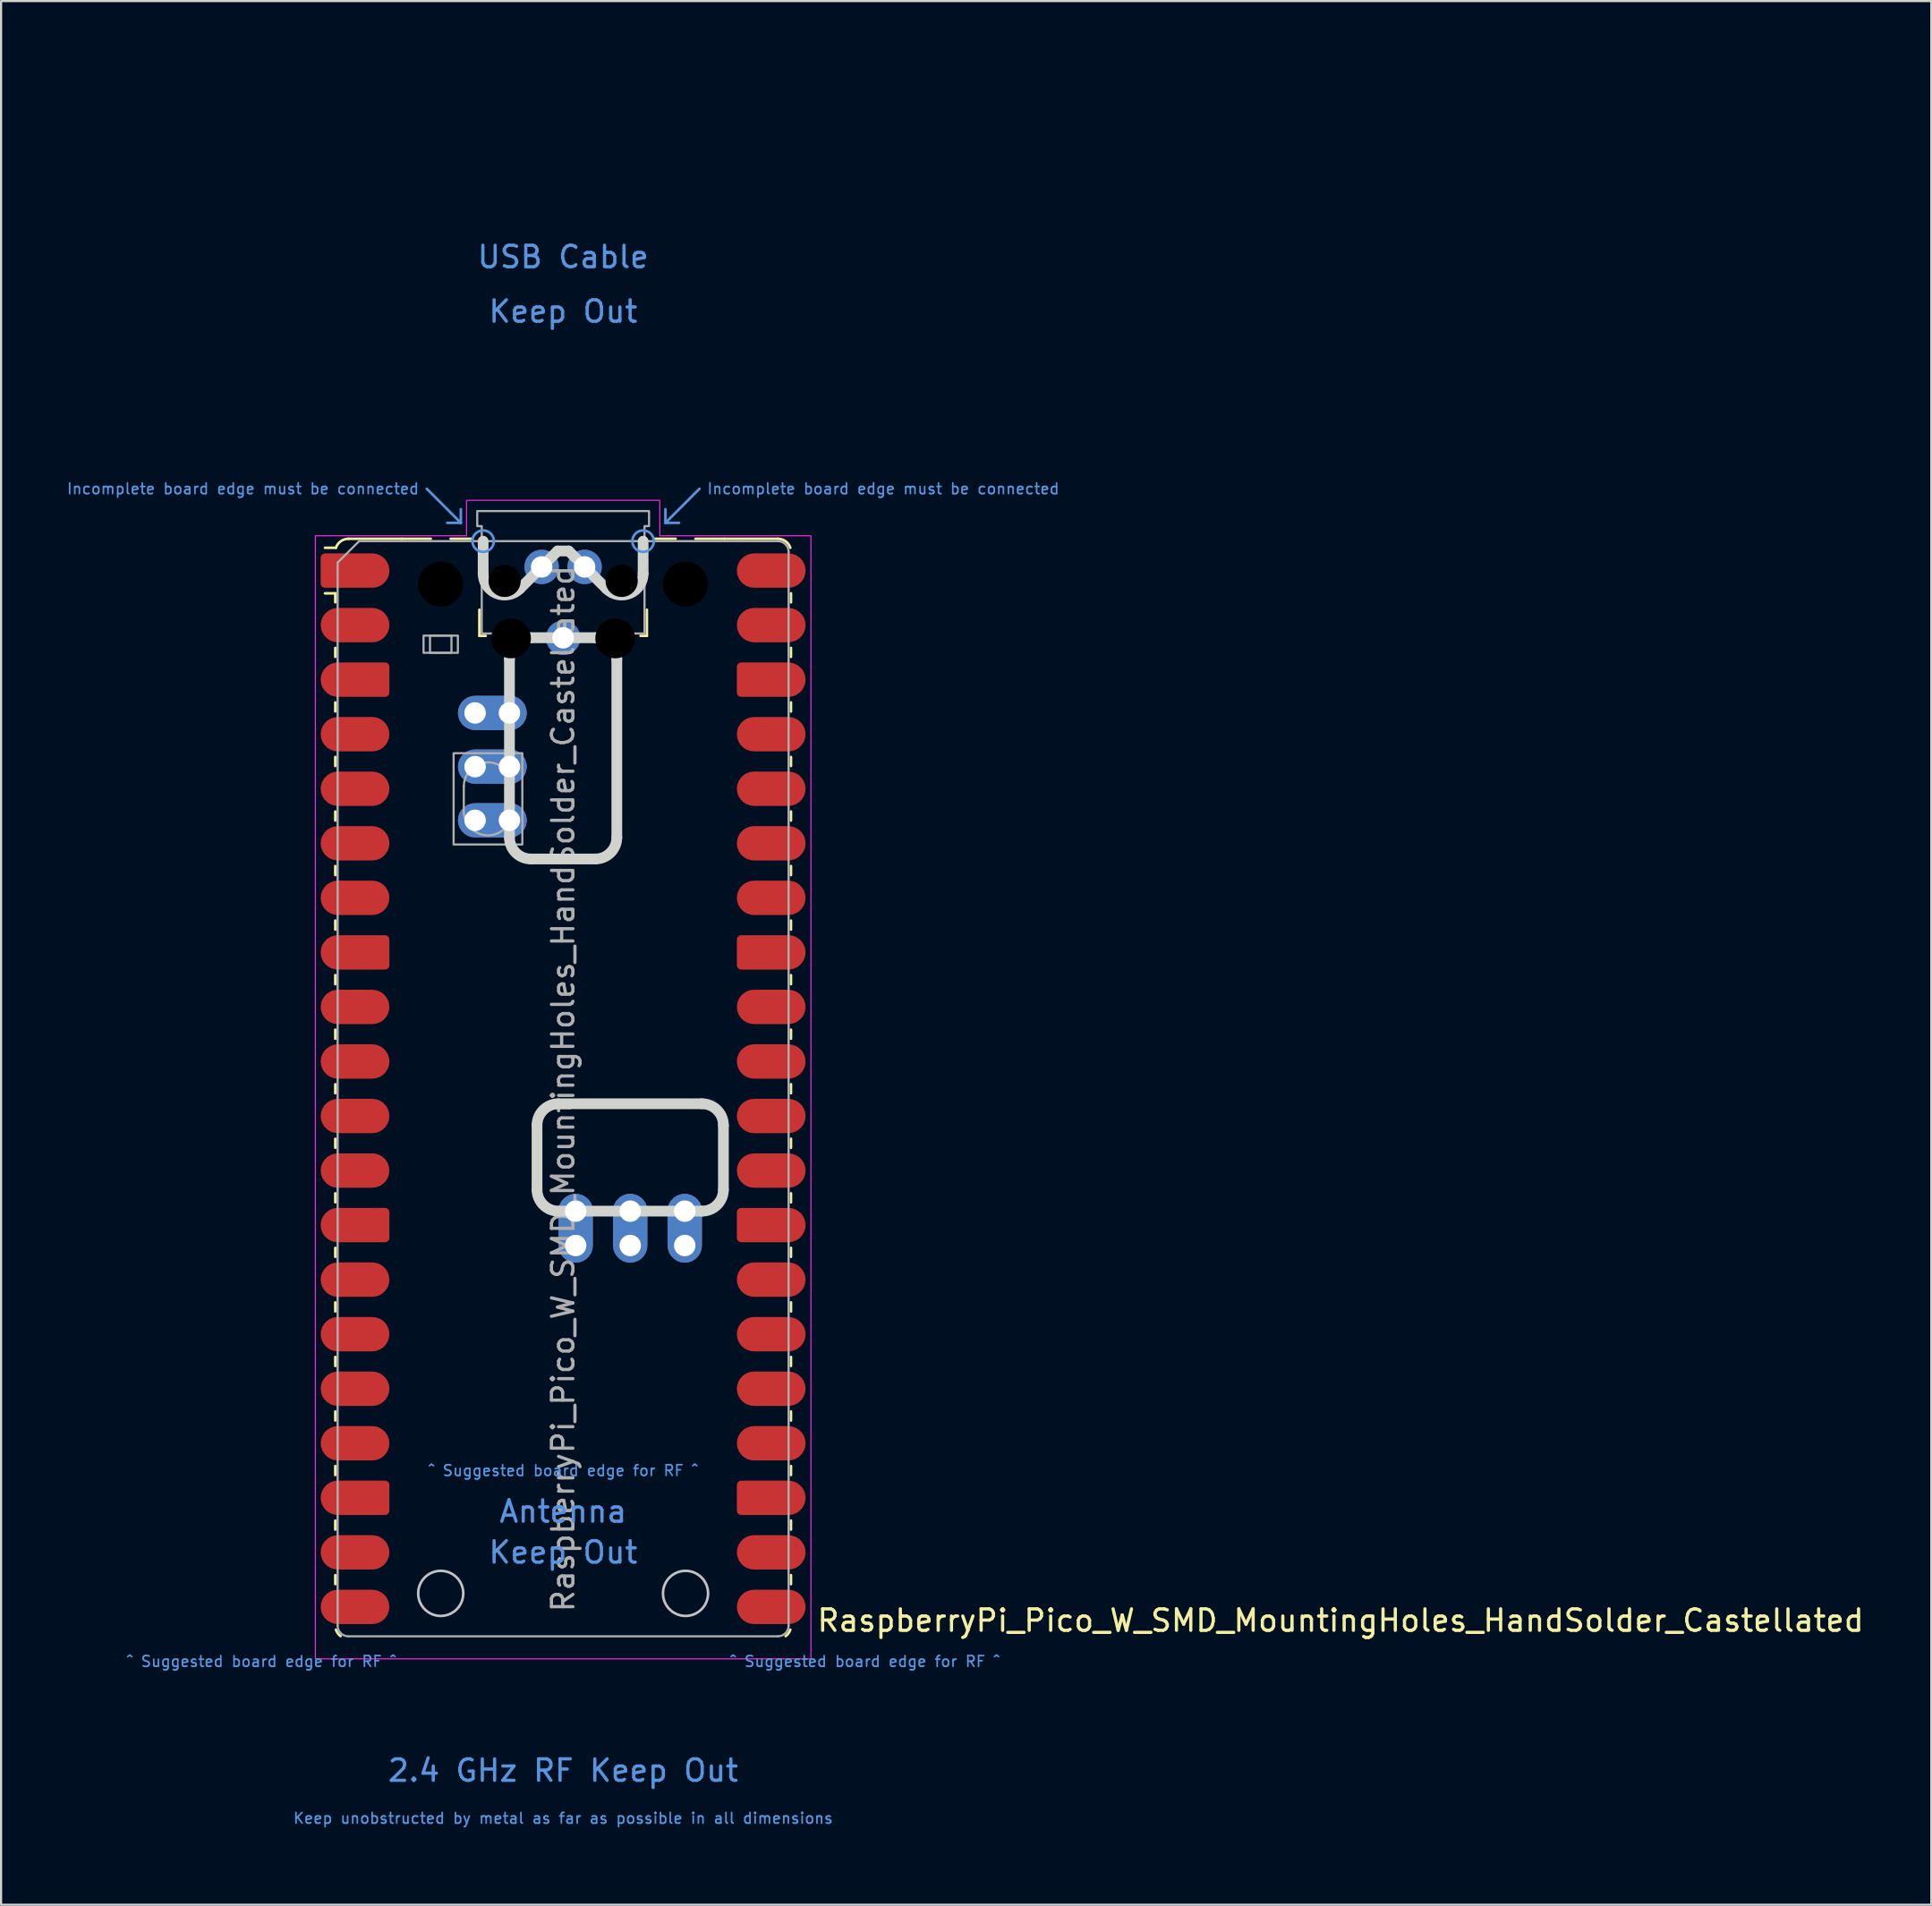
<source format=kicad_pcb>
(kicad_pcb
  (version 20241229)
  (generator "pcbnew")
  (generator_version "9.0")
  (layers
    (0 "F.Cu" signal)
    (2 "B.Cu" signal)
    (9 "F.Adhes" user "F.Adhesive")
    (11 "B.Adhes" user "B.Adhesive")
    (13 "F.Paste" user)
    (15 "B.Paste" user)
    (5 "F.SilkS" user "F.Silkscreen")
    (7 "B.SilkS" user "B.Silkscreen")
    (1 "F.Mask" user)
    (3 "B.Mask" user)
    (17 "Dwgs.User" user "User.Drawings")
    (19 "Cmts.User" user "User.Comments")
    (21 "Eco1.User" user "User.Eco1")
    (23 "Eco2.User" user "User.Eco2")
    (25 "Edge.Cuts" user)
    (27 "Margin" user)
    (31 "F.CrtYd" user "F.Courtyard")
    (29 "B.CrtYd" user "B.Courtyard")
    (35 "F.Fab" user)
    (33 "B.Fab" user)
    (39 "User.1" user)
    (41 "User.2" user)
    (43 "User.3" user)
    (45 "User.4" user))
  (footprint "RaspberryPi_Pico_W_SMD_MountingHoles_HandSolder_Castellated"
    (layer "F.Cu")
    (at 23.173 47.65)
    (property "Reference" "RaspberryPi_Pico_W_SMD_MountingHoles_HandSolder_Castellated" (at 11.748 24.765 0) (unlocked yes) (layer "F.SilkS") (effects (font (size 1 1) (thickness 0.15)) (justify left)))
    (attr smd)
    (fp_line (start -10.61 -23.07) (end -11.09 -23.07) (stroke (width 0.12) (type solid)) (layer "F.SilkS"))
    (fp_line (start -10.61 -23.07) (end -10.61 -22.65) (stroke (width 0.12) (type solid)) (layer "F.SilkS"))
    (fp_line (start -10.61 -20.53) (end -10.61 -20.11) (stroke (width 0.12) (type solid)) (layer "F.SilkS"))
    (fp_line (start -10.61 -17.99) (end -10.61 -17.57) (stroke (width 0.12) (type solid)) (layer "F.SilkS"))
    (fp_line (start -10.61 -15.45) (end -10.61 -15.03) (stroke (width 0.12) (type solid)) (layer "F.SilkS"))
    (fp_line (start -10.61 -12.91) (end -10.61 -12.49) (stroke (width 0.12) (type solid)) (layer "F.SilkS"))
    (fp_line (start -10.61 -10.37) (end -10.61 -9.95) (stroke (width 0.12) (type solid)) (layer "F.SilkS"))
    (fp_line (start -10.61 -7.83) (end -10.61 -7.41) (stroke (width 0.12) (type solid)) (layer "F.SilkS"))
    (fp_line (start -10.61 -5.29) (end -10.61 -4.87) (stroke (width 0.12) (type solid)) (layer "F.SilkS"))
    (fp_line (start -10.61 -2.75) (end -10.61 -2.33) (stroke (width 0.12) (type solid)) (layer "F.SilkS"))
    (fp_line (start -10.61 -0.21) (end -10.61 0.21) (stroke (width 0.12) (type solid)) (layer "F.SilkS"))
    (fp_line (start -10.61 2.33) (end -10.61 2.75) (stroke (width 0.12) (type solid)) (layer "F.SilkS"))
    (fp_line (start -10.61 4.87) (end -10.61 5.29) (stroke (width 0.12) (type solid)) (layer "F.SilkS"))
    (fp_line (start -10.61 7.41) (end -10.61 7.83) (stroke (width 0.12) (type solid)) (layer "F.SilkS"))
    (fp_line (start -10.61 9.95) (end -10.61 10.37) (stroke (width 0.12) (type solid)) (layer "F.SilkS"))
    (fp_line (start -10.61 12.49) (end -10.61 12.91) (stroke (width 0.12) (type solid)) (layer "F.SilkS"))
    (fp_line (start -10.61 15.03) (end -10.61 15.45) (stroke (width 0.12) (type solid)) (layer "F.SilkS"))
    (fp_line (start -10.61 17.57) (end -10.61 17.99) (stroke (width 0.12) (type solid)) (layer "F.SilkS"))
    (fp_line (start -10.61 20.11) (end -10.61 20.53) (stroke (width 0.12) (type solid)) (layer "F.SilkS"))
    (fp_line (start -10.61 22.65) (end -10.61 23.07) (stroke (width 0.12) (type solid)) (layer "F.SilkS"))
    (fp_line (start -10.58 -25.19) (end -11.09 -25.19) (stroke (width 0.12) (type solid)) (layer "F.SilkS"))
    (fp_line (start -10 -25.61) (end -7.51 -25.61) (stroke (width 0.12) (type solid)) (layer "F.SilkS"))
    (fp_line (start -7.51 -25.61) (end -6.162 -25.61) (stroke (width 0.12) (type solid)) (layer "F.SilkS"))
    (fp_line (start -5.238 -25.61) (end -4.235 -25.61) (stroke (width 0.12) (type solid)) (layer "F.SilkS"))
    (fp_line (start -3.9 -22.306) (end -3.9 -21.09) (stroke (width 0.12) (type solid)) (layer "F.SilkS"))
    (fp_line (start -3.9 -21.09) (end -3.604 -21.09) (stroke (width 0.12) (type solid)) (layer "F.SilkS"))
    (fp_line (start 3.604 -21.09) (end 3.9 -21.09) (stroke (width 0.12) (type solid)) (layer "F.SilkS"))
    (fp_line (start 3.9 -22.306) (end 3.9 -21.09) (stroke (width 0.12) (type solid)) (layer "F.SilkS"))
    (fp_line (start 4.235 -25.61) (end 5.238 -25.61) (stroke (width 0.12) (type solid)) (layer "F.SilkS"))
    (fp_line (start 6.162 -25.61) (end 7.51 -25.61) (stroke (width 0.12) (type solid)) (layer "F.SilkS"))
    (fp_line (start 10 -25.61) (end 7.51 -25.61) (stroke (width 0.12) (type solid)) (layer "F.SilkS"))
    (fp_line (start 10.61 -23.07) (end 10.61 -22.65) (stroke (width 0.12) (type solid)) (layer "F.SilkS"))
    (fp_line (start 10.61 -20.53) (end 10.61 -20.11) (stroke (width 0.12) (type solid)) (layer "F.SilkS"))
    (fp_line (start 10.61 -17.99) (end 10.61 -17.57) (stroke (width 0.12) (type solid)) (layer "F.SilkS"))
    (fp_line (start 10.61 -15.45) (end 10.61 -15.03) (stroke (width 0.12) (type solid)) (layer "F.SilkS"))
    (fp_line (start 10.61 -12.91) (end 10.61 -12.49) (stroke (width 0.12) (type solid)) (layer "F.SilkS"))
    (fp_line (start 10.61 -10.37) (end 10.61 -9.95) (stroke (width 0.12) (type solid)) (layer "F.SilkS"))
    (fp_line (start 10.61 -7.83) (end 10.61 -7.41) (stroke (width 0.12) (type solid)) (layer "F.SilkS"))
    (fp_line (start 10.61 -5.29) (end 10.61 -4.87) (stroke (width 0.12) (type solid)) (layer "F.SilkS"))
    (fp_line (start 10.61 -2.75) (end 10.61 -2.33) (stroke (width 0.12) (type solid)) (layer "F.SilkS"))
    (fp_line (start 10.61 -0.21) (end 10.61 0.21) (stroke (width 0.12) (type solid)) (layer "F.SilkS"))
    (fp_line (start 10.61 2.33) (end 10.61 2.75) (stroke (width 0.12) (type solid)) (layer "F.SilkS"))
    (fp_line (start 10.61 4.87) (end 10.61 5.29) (stroke (width 0.12) (type solid)) (layer "F.SilkS"))
    (fp_line (start 10.61 7.41) (end 10.61 7.83) (stroke (width 0.12) (type solid)) (layer "F.SilkS"))
    (fp_line (start 10.61 9.95) (end 10.61 10.37) (stroke (width 0.12) (type solid)) (layer "F.SilkS"))
    (fp_line (start 10.61 12.49) (end 10.61 12.91) (stroke (width 0.12) (type solid)) (layer "F.SilkS"))
    (fp_line (start 10.61 15.03) (end 10.61 15.45) (stroke (width 0.12) (type solid)) (layer "F.SilkS"))
    (fp_line (start 10.61 17.57) (end 10.61 17.99) (stroke (width 0.12) (type solid)) (layer "F.SilkS"))
    (fp_line (start 10.61 20.11) (end 10.61 20.53) (stroke (width 0.12) (type solid)) (layer "F.SilkS"))
    (fp_line (start 10.61 22.65) (end 10.61 23.07) (stroke (width 0.12) (type solid)) (layer "F.SilkS"))
    (fp_arc (start -10.579676 -25.19) (mid -10.357938 -25.493944) (end -10 -25.61) (stroke (width 0.12) (type solid)) (layer "F.SilkS"))
    (fp_arc (start -10.363318 25.49) (mid -10.494791 25.356765) (end -10.579676 25.189937) (stroke (width 0.12) (type solid)) (layer "F.SilkS"))
    (fp_arc (start 10 -25.61) (mid 10.357937 -25.493944) (end 10.579676 -25.189937) (stroke (width 0.12) (type solid)) (layer "F.SilkS"))
    (fp_arc (start 10.579676 25.189937) (mid 10.494803 25.356773) (end 10.363318 25.49) (stroke (width 0.12) (type solid)) (layer "F.SilkS"))
    (fp_circle (center -5.7 23.5) (end -4.65 23.5) (stroke (width 0.12) (type solid)) (fill no) (layer "Dwgs.User"))
    (fp_circle (center 5.7 23.5) (end 6.75 23.5) (stroke (width 0.12) (type solid)) (fill no) (layer "Dwgs.User"))
    (fp_line (start -6.35 -27.94) (end -4.763 -26.352) (stroke (width 0.12) (type solid)) (layer "Cmts.User"))
    (fp_line (start -4.763 -26.352) (end -5.397 -26.352) (stroke (width 0.12) (type solid)) (layer "Cmts.User"))
    (fp_line (start -4.763 -26.352) (end -4.763 -26.988) (stroke (width 0.12) (type solid)) (layer "Cmts.User"))
    (fp_line (start 4.763 -26.352) (end 4.763 -26.988) (stroke (width 0.12) (type solid)) (layer "Cmts.User"))
    (fp_line (start 4.763 -26.352) (end 5.397 -26.352) (stroke (width 0.12) (type solid)) (layer "Cmts.User"))
    (fp_line (start 6.35 -27.94) (end 4.763 -26.352) (stroke (width 0.12) (type solid)) (layer "Cmts.User"))
    (fp_circle (center -3.725 -25.5) (end -3.225 -25.5) (stroke (width 0.12) (type solid)) (fill no) (layer "Cmts.User"))
    (fp_circle (center 3.725 -25.5) (end 3.225 -25.5) (stroke (width 0.12) (type solid)) (fill no) (layer "Cmts.User"))
    (fp_line (start -3.725 -23.989) (end -3.725 -25.5) (stroke (width 0.5) (type solid)) (layer "Edge.Cuts"))
    (fp_line (start -2.5 -20) (end -2.5 -11.7) (stroke (width 0.5) (type solid)) (layer "Edge.Cuts"))
    (fp_line (start -2.018 -23.282) (end -0.258 -25.042) (stroke (width 0.5) (type solid)) (layer "Edge.Cuts"))
    (fp_line (start -1.216 4.7) (end -1.216 1.7) (stroke (width 0.5) (type solid)) (layer "Edge.Cuts"))
    (fp_line (start -0.216 5.7) (end 6.464 5.7) (stroke (width 0.5) (type solid)) (layer "Edge.Cuts"))
    (fp_line (start 0.258 -25.042) (end -0.258 -25.042) (stroke (width 0.5) (type solid)) (layer "Edge.Cuts"))
    (fp_line (start 1.5 -21) (end -1.5 -21) (stroke (width 0.5) (type solid)) (layer "Edge.Cuts"))
    (fp_line (start 1.5 -10.7) (end -1.5 -10.7) (stroke (width 0.5) (type solid)) (layer "Edge.Cuts"))
    (fp_line (start 2.018 -23.282) (end 0.258 -25.042) (stroke (width 0.5) (type solid)) (layer "Edge.Cuts"))
    (fp_line (start 2.5 -11.7) (end 2.5 -20) (stroke (width 0.5) (type solid)) (layer "Edge.Cuts"))
    (fp_line (start 3.725 -23.989) (end 3.725 -25.5) (stroke (width 0.5) (type solid)) (layer "Edge.Cuts"))
    (fp_line (start 6.464 0.7) (end -0.216 0.7) (stroke (width 0.5) (type solid)) (layer "Edge.Cuts"))
    (fp_line (start 7.464 1.7) (end 7.464 4.7) (stroke (width 0.5) (type solid)) (layer "Edge.Cuts"))
    (fp_arc (start -2.5 -20) (mid -2.207118 -20.707118) (end -1.5 -21) (stroke (width 0.5) (type solid)) (layer "Edge.Cuts"))
    (fp_arc (start -2.017893 -23.282106) (mid -3.107711 -23.065266) (end -3.725 -23.989213) (stroke (width 0.5) (type solid)) (layer "Edge.Cuts"))
    (fp_arc (start -1.5 -10.7) (mid -2.20711 -10.99289) (end -2.5 -11.7) (stroke (width 0.5) (type solid)) (layer "Edge.Cuts"))
    (fp_arc (start -1.2159 1.7) (mid -0.923007 0.992893) (end -0.2159 0.7) (stroke (width 0.5) (type solid)) (layer "Edge.Cuts"))
    (fp_arc (start -0.2159 5.7) (mid -0.923007 5.407107) (end -1.2159 4.7) (stroke (width 0.5) (type solid)) (layer "Edge.Cuts"))
    (fp_arc (start 1.5 -21) (mid 2.207107 -20.707107) (end 2.5 -20) (stroke (width 0.5) (type solid)) (layer "Edge.Cuts"))
    (fp_arc (start 2.5 -11.7) (mid 2.207095 -10.992905) (end 1.5 -10.7) (stroke (width 0.5) (type solid)) (layer "Edge.Cuts"))
    (fp_arc (start 3.725 -23.989213) (mid 3.107698 -23.06529) (end 2.017893 -23.282106) (stroke (width 0.5) (type solid)) (layer "Edge.Cuts"))
    (fp_arc (start 6.4641 0.7) (mid 7.171207 0.992893) (end 7.4641 1.7) (stroke (width 0.5) (type solid)) (layer "Edge.Cuts"))
    (fp_arc (start 7.4641 4.7) (mid 7.171207 5.407107) (end 6.4641 5.7) (stroke (width 0.5) (type solid)) (layer "Edge.Cuts"))
    (fp_poly (pts (xy -4.5 -27.4) (xy 4.5 -27.4) (xy 4.5 -25.75) (xy 11.54 -25.75) (xy 11.54 26.55) (xy -11.54 26.55) (xy -11.54 -25.75) (xy -4.5 -25.75)) (stroke (width 0.05) (type solid)) (fill no) (layer "F.CrtYd"))
    (fp_line (start -10.5 -24.5) (end -9.5 -25.5) (stroke (width 0.1) (type solid)) (layer "F.Fab"))
    (fp_line (start -10.5 25) (end -10.5 -24.5) (stroke (width 0.1) (type solid)) (layer "F.Fab"))
    (fp_line (start -9.5 -25.5) (end 10 -25.5) (stroke (width 0.1) (type solid)) (layer "F.Fab"))
    (fp_line (start -4.625 -14.075) (end -4.625 -12.925) (stroke (width 0.1) (type solid)) (layer "F.Fab"))
    (fp_line (start -2.375 -14.075) (end -2.375 -12.925) (stroke (width 0.1) (type solid)) (layer "F.Fab"))
    (fp_line (start 10 25.5) (end -10 25.5) (stroke (width 0.1) (type solid)) (layer "F.Fab"))
    (fp_line (start 10.5 -25) (end 10.5 25) (stroke (width 0.1) (type solid)) (layer "F.Fab"))
    (fp_rect (start -6.5 -21.1) (end -4.9 -20.3) (stroke (width 0.1) (type solid)) (fill no) (layer "F.Fab"))
    (fp_rect (start -6.2 -21.1) (end -5.2 -20.3) (stroke (width 0.1) (type solid)) (fill no) (layer "F.Fab"))
    (fp_rect (start -5.1 -15.625) (end -1.9 -11.375) (stroke (width 0.1) (type solid)) (fill no) (layer "F.Fab"))
    (fp_arc (start -10 25.5) (mid -10.353553 25.353553) (end -10.5 25) (stroke (width 0.1) (type solid)) (layer "F.Fab"))
    (fp_arc (start -4.625 -14.075) (mid -3.5 -15.2) (end -2.375 -14.075) (stroke (width 0.1) (type solid)) (layer "F.Fab"))
    (fp_arc (start -2.375 -12.925) (mid -3.5 -11.8) (end -4.625 -12.925) (stroke (width 0.1) (type solid)) (layer "F.Fab"))
    (fp_arc (start 10 -25.5) (mid 10.353553 -25.353553) (end 10.5 -25) (stroke (width 0.1) (type solid)) (layer "F.Fab"))
    (fp_arc (start 10.5 25) (mid 10.353553 25.353553) (end 10 25.5) (stroke (width 0.1) (type solid)) (layer "F.Fab"))
    (fp_poly (pts (xy 3.79 -21.2) (xy 3.79 -26.2) (xy 4 -26.2) (xy 4 -26.9) (xy -4 -26.9) (xy -4 -26.2) (xy -3.79 -26.2) (xy -3.79 -21.2)) (stroke (width 0.1) (type solid)) (fill no) (layer "F.Fab"))
    (fp_text user "Keep unobstructed by metal as far as possible in all dimensions" (at 0 33.972 0) (unlocked yes) (layer "Cmts.User") (effects (font (size 0.5 0.5) (thickness 0.075))))
    (fp_text user "2.4 GHz RF Keep Out" (at 0 31.75 0) (unlocked yes) (layer "Cmts.User") (effects (font (size 1 1) (thickness 0.15))))
    (fp_text user "Keep Out" (at 0 -36.195 0) (unlocked yes) (layer "Cmts.User") (effects (font (size 1 1) (thickness 0.15))))
    (fp_text user "Antenna" (at 0 19.685 0) (unlocked yes) (layer "Cmts.User") (effects (font (size 1 1) (thickness 0.15))))
    (fp_text user "^ Suggested board edge for RF ^" (at 14.05 26.67 0) (unlocked yes) (layer "Cmts.User") (effects (font (size 0.5 0.5) (thickness 0.075))))
    (fp_text user "USB Cable" (at 0 -38.735 0) (unlocked yes) (layer "Cmts.User") (effects (font (size 1 1) (thickness 0.15))))
    (fp_text user "^ Suggested board edge for RF ^" (at -14.05 26.67 0) (unlocked yes) (layer "Cmts.User") (effects (font (size 0.5 0.5) (thickness 0.075))))
    (fp_text user "Incomplete board edge must be connected" (at -6.668 -27.94 0) (unlocked yes) (layer "Cmts.User") (effects (font (size 0.5 0.5) (thickness 0.075)) (justify right)))
    (fp_text user "^ Suggested board edge for RF ^" (at 0 17.78 0) (unlocked yes) (layer "Cmts.User") (effects (font (size 0.5 0.5) (thickness 0.075))))
    (fp_text user "Incomplete board edge must be connected" (at 6.668 -27.94 0) (unlocked yes) (layer "Cmts.User") (effects (font (size 0.5 0.5) (thickness 0.075)) (justify left)))
    (fp_text user "Keep Out" (at 0 21.59 0) (unlocked yes) (layer "Cmts.User") (effects (font (size 1 1) (thickness 0.15))))
    (fp_text user "${REFERENCE}" (at 0 0 90) (layer "F.Fab") (effects (font (size 1 1) (thickness 0.15))))
    (pad "" np_thru_hole circle (at -5.7 -23.5) (size 3.8 3.8) (drill 2.1) (layers "*.Mask"))
    (pad "" np_thru_hole circle (at -2.725 -23.65) (size 1.5 1.5) (drill 1.5) (layers "*.Mask"))
    (pad "" np_thru_hole circle (at -2.425 -20.97) (size 1.85 1.85) (drill 1.85) (layers "*.Mask"))
    (pad "" np_thru_hole circle (at 2.425 -20.97) (size 1.85 1.85) (drill 1.85) (layers "*.Mask"))
    (pad "" np_thru_hole circle (at 2.725 -23.65) (size 1.5 1.5) (drill 1.5) (layers "*.Mask"))
    (pad "" np_thru_hole circle (at 5.7 -23.5) (size 3.8 3.8) (drill 2.1) (layers "*.Mask"))
    (pad "1" smd custom (at -8.89 -24.13) (size 1.6 1.6) (layers "F.Cu" "F.Mask" "F.Paste") (options (anchor circle)) (primitives (gr_poly (pts (xy -2.4 0.6) (xy -2.4 -0.6) (xy -2.2 -0.8) (xy 0 -0.8) (xy 0 0.8) (xy -2.2 0.8)) (width 0) (fill yes)) (gr_circle (center -2.2 0.6) (end -2 0.6) (width 0) (fill yes)) (gr_circle (center -2.2 -0.6) (end -2 -0.6) (width 0) (fill yes))))
    (pad "2" smd roundrect (at -8.89 -21.59) (size 3.2 1.6) (drill (offset -0.8 0)) (layers "F.Cu" "F.Mask" "F.Paste") (roundrect_rratio 0.5))
    (pad "3" smd custom (at -8.89 -19.05) (size 1.6 1.6) (layers "F.Cu" "F.Mask" "F.Paste") (options (anchor circle)) (primitives (gr_poly (pts (xy 0.8 -0.6) (xy 0.8 0.6) (xy 0.6 0.8) (xy -1.6 0.8) (xy -1.6 -0.8) (xy 0.6 -0.8)) (width 0) (fill yes)) (gr_circle (center 0.6 0.6) (end 0.8 0.6) (width 0) (fill yes)) (gr_circle (center 0.6 -0.6) (end 0.8 -0.6) (width 0) (fill yes)) (gr_circle (center -1.6 0) (end -0.8 0) (width 0) (fill yes))))
    (pad "4" smd roundrect (at -8.89 -16.51) (size 3.2 1.6) (drill (offset -0.8 0)) (layers "F.Cu" "F.Mask" "F.Paste") (roundrect_rratio 0.5))
    (pad "5" smd roundrect (at -8.89 -13.97) (size 3.2 1.6) (drill (offset -0.8 0)) (layers "F.Cu" "F.Mask" "F.Paste") (roundrect_rratio 0.5))
    (pad "6" smd roundrect (at -8.89 -11.43) (size 3.2 1.6) (drill (offset -0.8 0)) (layers "F.Cu" "F.Mask" "F.Paste") (roundrect_rratio 0.5))
    (pad "7" smd roundrect (at -8.89 -8.89) (size 3.2 1.6) (drill (offset -0.8 0)) (layers "F.Cu" "F.Mask" "F.Paste") (roundrect_rratio 0.5))
    (pad "8" smd custom (at -8.89 -6.35) (size 1.6 1.6) (layers "F.Cu" "F.Mask" "F.Paste") (options (anchor circle)) (primitives (gr_poly (pts (xy 0.8 -0.6) (xy 0.8 0.6) (xy 0.6 0.8) (xy -1.6 0.8) (xy -1.6 -0.8) (xy 0.6 -0.8)) (width 0) (fill yes)) (gr_circle (center 0.6 0.6) (end 0.8 0.6) (width 0) (fill yes)) (gr_circle (center 0.6 -0.6) (end 0.8 -0.6) (width 0) (fill yes)) (gr_circle (center -1.6 0) (end -0.8 0) (width 0) (fill yes))))
    (pad "9" smd roundrect (at -8.89 -3.81) (size 3.2 1.6) (drill (offset -0.8 0)) (layers "F.Cu" "F.Mask" "F.Paste") (roundrect_rratio 0.5))
    (pad "10" smd roundrect (at -8.89 -1.27) (size 3.2 1.6) (drill (offset -0.8 0)) (layers "F.Cu" "F.Mask" "F.Paste") (roundrect_rratio 0.5))
    (pad "11" smd roundrect (at -8.89 1.27) (size 3.2 1.6) (drill (offset -0.8 0)) (layers "F.Cu" "F.Mask" "F.Paste") (roundrect_rratio 0.5))
    (pad "12" smd roundrect (at -8.89 3.81) (size 3.2 1.6) (drill (offset -0.8 0)) (layers "F.Cu" "F.Mask" "F.Paste") (roundrect_rratio 0.5))
    (pad "13" smd custom (at -8.89 6.35) (size 1.6 1.6) (layers "F.Cu" "F.Mask" "F.Paste") (options (anchor circle)) (primitives (gr_poly (pts (xy 0.8 -0.6) (xy 0.8 0.6) (xy 0.6 0.8) (xy -1.6 0.8) (xy -1.6 -0.8) (xy 0.6 -0.8)) (width 0) (fill yes)) (gr_circle (center 0.6 0.6) (end 0.8 0.6) (width 0) (fill yes)) (gr_circle (center 0.6 -0.6) (end 0.8 -0.6) (width 0) (fill yes)) (gr_circle (center -1.6 0) (end -0.8 0) (width 0) (fill yes))))
    (pad "14" smd roundrect (at -8.89 8.89) (size 3.2 1.6) (drill (offset -0.8 0)) (layers "F.Cu" "F.Mask" "F.Paste") (roundrect_rratio 0.5))
    (pad "15" smd roundrect (at -8.89 11.43) (size 3.2 1.6) (drill (offset -0.8 0)) (layers "F.Cu" "F.Mask" "F.Paste") (roundrect_rratio 0.5))
    (pad "16" smd roundrect (at -8.89 13.97) (size 3.2 1.6) (drill (offset -0.8 0)) (layers "F.Cu" "F.Mask" "F.Paste") (roundrect_rratio 0.5))
    (pad "17" smd roundrect (at -8.89 16.51) (size 3.2 1.6) (drill (offset -0.8 0)) (layers "F.Cu" "F.Mask" "F.Paste") (roundrect_rratio 0.5))
    (pad "18" smd custom (at -8.89 19.05) (size 1.6 1.6) (layers "F.Cu" "F.Mask" "F.Paste") (options (anchor circle)) (primitives (gr_poly (pts (xy 0.8 -0.6) (xy 0.8 0.6) (xy 0.6 0.8) (xy -1.6 0.8) (xy -1.6 -0.8) (xy 0.6 -0.8)) (width 0) (fill yes)) (gr_circle (center 0.6 0.6) (end 0.8 0.6) (width 0) (fill yes)) (gr_circle (center 0.6 -0.6) (end 0.8 -0.6) (width 0) (fill yes)) (gr_circle (center -1.6 0) (end -0.8 0) (width 0) (fill yes))))
    (pad "19" smd roundrect (at -8.89 21.59) (size 3.2 1.6) (drill (offset -0.8 0)) (layers "F.Cu" "F.Mask" "F.Paste") (roundrect_rratio 0.5))
    (pad "20" smd roundrect (at -8.89 24.13) (size 3.2 1.6) (drill (offset -0.8 0)) (layers "F.Cu" "F.Mask" "F.Paste") (roundrect_rratio 0.5))
    (pad "21" smd roundrect (at 8.89 24.13) (size 3.2 1.6) (drill (offset 0.8 0)) (layers "F.Cu" "F.Mask" "F.Paste") (roundrect_rratio 0.5))
    (pad "22" smd roundrect (at 8.89 21.59) (size 3.2 1.6) (drill (offset 0.8 0)) (layers "F.Cu" "F.Mask" "F.Paste") (roundrect_rratio 0.5))
    (pad "23" smd custom (at 8.89 19.05) (size 1.6 1.6) (layers "F.Cu" "F.Mask" "F.Paste") (options (anchor circle)) (primitives (gr_poly (pts (xy -0.8 -0.6) (xy -0.8 0.6) (xy -0.6 0.8) (xy 1.6 0.8) (xy 1.6 -0.8) (xy -0.6 -0.8)) (width 0) (fill yes)) (gr_circle (center -0.6 0.6) (end -0.4 0.6) (width 0) (fill yes)) (gr_circle (center -0.6 -0.6) (end -0.4 -0.6) (width 0) (fill yes)) (gr_circle (center 1.6 0) (end 2.4 0) (width 0) (fill yes))))
    (pad "24" smd roundrect (at 8.89 16.51) (size 3.2 1.6) (drill (offset 0.8 0)) (layers "F.Cu" "F.Mask" "F.Paste") (roundrect_rratio 0.5))
    (pad "25" smd roundrect (at 8.89 13.97) (size 3.2 1.6) (drill (offset 0.8 0)) (layers "F.Cu" "F.Mask" "F.Paste") (roundrect_rratio 0.5))
    (pad "26" smd roundrect (at 8.89 11.43) (size 3.2 1.6) (drill (offset 0.8 0)) (layers "F.Cu" "F.Mask" "F.Paste") (roundrect_rratio 0.5))
    (pad "27" smd roundrect (at 8.89 8.89) (size 3.2 1.6) (drill (offset 0.8 0)) (layers "F.Cu" "F.Mask" "F.Paste") (roundrect_rratio 0.5))
    (pad "28" smd custom (at 8.89 6.35) (size 1.6 1.6) (layers "F.Cu" "F.Mask" "F.Paste") (options (anchor circle)) (primitives (gr_poly (pts (xy -0.8 -0.6) (xy -0.8 0.6) (xy -0.6 0.8) (xy 1.6 0.8) (xy 1.6 -0.8) (xy -0.6 -0.8)) (width 0) (fill yes)) (gr_circle (center -0.6 0.6) (end -0.4 0.6) (width 0) (fill yes)) (gr_circle (center -0.6 -0.6) (end -0.4 -0.6) (width 0) (fill yes)) (gr_circle (center 1.6 0) (end 2.4 0) (width 0) (fill yes))))
    (pad "29" smd roundrect (at 8.89 3.81) (size 3.2 1.6) (drill (offset 0.8 0)) (layers "F.Cu" "F.Mask" "F.Paste") (roundrect_rratio 0.5))
    (pad "30" smd roundrect (at 8.89 1.27) (size 3.2 1.6) (drill (offset 0.8 0)) (layers "F.Cu" "F.Mask" "F.Paste") (roundrect_rratio 0.5))
    (pad "31" smd roundrect (at 8.89 -1.27) (size 3.2 1.6) (drill (offset 0.8 0)) (layers "F.Cu" "F.Mask" "F.Paste") (roundrect_rratio 0.5))
    (pad "32" smd roundrect (at 8.89 -3.81) (size 3.2 1.6) (drill (offset 0.8 0)) (layers "F.Cu" "F.Mask" "F.Paste") (roundrect_rratio 0.5))
    (pad "33" smd custom (at 8.89 -6.35) (size 1.6 1.6) (layers "F.Cu" "F.Mask" "F.Paste") (options (anchor circle)) (primitives (gr_poly (pts (xy -0.8 -0.6) (xy -0.8 0.6) (xy -0.6 0.8) (xy 1.6 0.8) (xy 1.6 -0.8) (xy -0.6 -0.8)) (width 0) (fill yes)) (gr_circle (center -0.6 0.6) (end -0.4 0.6) (width 0) (fill yes)) (gr_circle (center -0.6 -0.6) (end -0.4 -0.6) (width 0) (fill yes)) (gr_circle (center 1.6 0) (end 2.4 0) (width 0) (fill yes))))
    (pad "34" smd roundrect (at 8.89 -8.89) (size 3.2 1.6) (drill (offset 0.8 0)) (layers "F.Cu" "F.Mask" "F.Paste") (roundrect_rratio 0.5))
    (pad "35" smd roundrect (at 8.89 -11.43) (size 3.2 1.6) (drill (offset 0.8 0)) (layers "F.Cu" "F.Mask" "F.Paste") (roundrect_rratio 0.5))
    (pad "36" smd roundrect (at 8.89 -13.97) (size 3.2 1.6) (drill (offset 0.8 0)) (layers "F.Cu" "F.Mask" "F.Paste") (roundrect_rratio 0.5))
    (pad "37" smd roundrect (at 8.89 -16.51) (size 3.2 1.6) (drill (offset 0.8 0)) (layers "F.Cu" "F.Mask" "F.Paste") (roundrect_rratio 0.5))
    (pad "38" smd custom (at 8.89 -19.05) (size 1.6 1.6) (layers "F.Cu" "F.Mask" "F.Paste") (options (anchor circle)) (primitives (gr_poly (pts (xy -0.8 -0.6) (xy -0.8 0.6) (xy -0.6 0.8) (xy 1.6 0.8) (xy 1.6 -0.8) (xy -0.6 -0.8)) (width 0) (fill yes)) (gr_circle (center -0.6 0.6) (end -0.4 0.6) (width 0) (fill yes)) (gr_circle (center -0.6 -0.6) (end -0.4 -0.6) (width 0) (fill yes)) (gr_circle (center 1.6 0) (end 2.4 0) (width 0) (fill yes))))
    (pad "39" smd roundrect (at 8.89 -21.59) (size 3.2 1.6) (drill (offset 0.8 0)) (layers "F.Cu" "F.Mask" "F.Paste") (roundrect_rratio 0.5))
    (pad "40" smd roundrect (at 8.89 -24.13) (size 3.2 1.6) (drill (offset 0.8 0)) (layers "F.Cu" "F.Mask" "F.Paste") (roundrect_rratio 0.5))
    (pad "D1" thru_hole circle (at 0.584 5.7) (size 1.6 1.6) (drill 1) (property pad_prop_castellated) (layers "*.Cu" "*.Mask"))
    (pad "D1" thru_hole roundrect (at 0.584 7.3) (size 1.6 3.2) (drill 1 (offset 0 -0.8)) (property pad_prop_castellated) (layers "*.Cu" "*.Mask") (roundrect_rratio 0.5))
    (pad "D2" thru_hole circle (at 3.124 5.7) (size 1.6 1.6) (drill 1) (property pad_prop_castellated) (layers "*.Cu" "*.Mask"))
    (pad "D2" thru_hole roundrect (at 3.124 7.3) (size 1.6 3.2) (drill 1 (offset 0 -0.8)) (property pad_prop_castellated) (layers "*.Cu" "*.Mask") (roundrect_rratio 0.5))
    (pad "D3" thru_hole circle (at 5.664 5.7) (size 1.6 1.6) (drill 1) (property pad_prop_castellated) (layers "*.Cu" "*.Mask"))
    (pad "D3" thru_hole roundrect (at 5.664 7.3) (size 1.6 3.2) (drill 1 (offset 0 -0.8)) (property pad_prop_castellated) (layers "*.Cu" "*.Mask") (roundrect_rratio 0.5))
    (pad "TP1" thru_hole circle (at 0 -21) (size 1.6 1.6) (drill 1) (property pad_prop_castellated) (layers "*.Cu" "*.Mask"))
    (pad "TP2" thru_hole circle (at 1 -24.3) (size 1.6 1.6) (drill 1) (property pad_prop_castellated) (layers "*.Cu" "*.Mask"))
    (pad "TP3" thru_hole circle (at -1 -24.3) (size 1.6 1.6) (drill 1) (property pad_prop_castellated) (layers "*.Cu" "*.Mask"))
    (pad "TP4" thru_hole roundrect (at -4.1 -17.5) (size 3.2 1.6) (drill 1 (offset 0.8 0)) (property pad_prop_castellated) (layers "*.Cu" "*.Mask") (roundrect_rratio 0.5))
    (pad "TP4" thru_hole circle (at -2.5 -17.5) (size 1.6 1.6) (drill 1) (property pad_prop_castellated) (layers "*.Cu" "*.Mask"))
    (pad "TP5" thru_hole roundrect (at -4.1 -15) (size 3.2 1.6) (drill 1 (offset 0.8 0)) (property pad_prop_castellated) (layers "*.Cu" "*.Mask") (roundrect_rratio 0.5))
    (pad "TP5" thru_hole circle (at -2.5 -15) (size 1.6 1.6) (drill 1) (property pad_prop_castellated) (layers "*.Cu" "*.Mask"))
    (pad "TP6" thru_hole roundrect (at -4.1 -12.5) (size 3.2 1.6) (drill 1 (offset 0.8 0)) (property pad_prop_castellated) (layers "*.Cu" "*.Mask") (roundrect_rratio 0.5))
    (pad "TP6" thru_hole circle (at -2.5 -12.5) (size 1.6 1.6) (drill 1) (property pad_prop_castellated) (layers "*.Cu" "*.Mask"))
    (zone (net_name "") (layers "F.Cu" "B.Cu" "F.Paste" "B.Paste") (name "RF Copper Keep Out") (hatch full 0.5) (connect_pads) (min_thickness 0.254) (filled_areas_thickness no) (keepout (tracks not_allowed) (vias not_allowed) (pads not_allowed) (copperpour not_allowed) (footprints not_allowed)) (placement (enabled no)) (fill) (polygon (pts (xy 2.173 72.65) (xy 44.173 72.65) (xy 44.173 82.65) (xy 2.173 82.65))))
    (zone (net_name "") (layers "F.Cu" "B.Cu" "F.Paste" "B.Paste") (name "Antenna Copper Keep Out") (hatch full 0.5) (connect_pads) (min_thickness 0.254) (filled_areas_thickness no) (keepout (tracks not_allowed) (vias not_allowed) (pads not_allowed) (copperpour not_allowed) (footprints not_allowed)) (placement (enabled no)) (fill) (polygon (pts (xy 20.773 72.64) (xy 16.073 68.99) (xy 16.073 64.65) (xy 30.273 64.65) (xy 30.273 68.99) (xy 25.573 72.64) (xy 25.573 72.65) (xy 20.773 72.65))))
    (zone (net_name "") (layer "Edge.Cuts") (name "Board Keep Out USB Cable") (hatch edge 0.5) (connect_pads) (min_thickness 0.254) (filled_areas_thickness no) (keepout (tracks allowed) (vias allowed) (pads allowed) (copperpour allowed) (footprints allowed)) (placement (enabled no)) (fill) (polygon (pts (xy 16.973 0) (xy 29.373 0) (xy 29.373 20.4) (xy 16.973 20.4))))
    (zone (net_name "") (layer "Edge.Cuts") (name "Board Keep Out Suggestion RF") (hatch edge 0.5) (connect_pads) (min_thickness 0.254) (filled_areas_thickness no) (keepout (tracks allowed) (vias allowed) (pads allowed) (copperpour allowed) (footprints allowed)) (placement (enabled no)) (fill) (polygon (pts (xy 30.273 73.65) (xy 44.173 73.65) (xy 44.173 82.65) (xy 2.173 82.65) (xy 2.173 73.65) (xy 16.073 73.65) (xy 16.073 64.65) (xy 30.273 64.65))))
    (zone (net_name "") (layer "Edge.Cuts") (name "Board Keep Out Castellated TP") (hatch edge 0.5) (connect_pads) (min_thickness 0.254) (filled_areas_thickness no) (keepout (tracks allowed) (vias allowed) (pads allowed) (copperpour allowed) (footprints allowed)) (placement (enabled no)) (fill) (polygon (pts (arc (start 24.673447 36.95) (mid 25.380554 36.657107) (end 25.673447 35.95)) (arc (start 25.673447 27.65) (mid 25.380554 26.942893) (end 24.673447 26.65)) (arc (start 21.673447 26.65) (mid 20.96634 26.942893) (end 20.673447 27.65)) (arc (start 20.673447 35.95) (mid 20.966343 36.657104) (end 21.673447 36.95)))))
    (zone (net_name "") (layer "Edge.Cuts") (name "Board Keep Out Castellated Debug") (hatch edge 0.5) (connect_pads) (min_thickness 0.254) (filled_areas_thickness no) (keepout (tracks allowed) (vias allowed) (pads allowed) (copperpour allowed) (footprints allowed)) (placement (enabled no)) (fill) (polygon (pts (arc (start 30.637547 52.35) (mid 30.344651 53.057104) (end 29.637547 53.35)) (arc (start 22.957547 53.35) (mid 22.25044 53.057107) (end 21.957547 52.35)) (arc (start 21.957547 49.35) (mid 22.250443 48.642896) (end 22.957547 48.35)) (arc (start 29.637547 48.35) (mid 30.344654 48.642893) (end 30.637547 49.35)))))
    (zone (net_name "") (layer "Edge.Cuts") (name "Board Keep Out Castellated USB") (hatch edge 0.5) (connect_pads) (min_thickness 0.25) (filled_areas_thickness no) (keepout (tracks allowed) (vias allowed) (pads allowed) (copperpour allowed) (footprints allowed)) (placement (enabled no)) (fill) (polygon (pts (arc (start 20.448447 20.607538) (mid 19.74134 20.900431) (end 19.448447 21.607538)) (arc (start 19.448447 23.660787) (mid 20.065759 24.584679) (end 21.155554 24.367894)) (xy 22.916 22.608) (xy 23.431 22.608) (arc (start 25.19134 24.367894) (mid 26.281135 24.584679) (end 26.898447 23.660787)) (arc (start 26.898447 21.607538) (mid 26.605554 20.900431) (end 25.898447 20.607538)))))
    (zone (net_name "") (layer "F.CrtYd") (name "USB Cable Keep Out") (hatch full 0.5) (connect_pads) (min_thickness 0.254) (filled_areas_thickness no) (keepout (tracks allowed) (vias allowed) (pads allowed) (copperpour allowed) (footprints not_allowed)) (placement (enabled no)) (fill) (polygon (pts (xy 17.423 19.95) (xy 19.233 19.95) (xy 19.233 20.25) (xy 27.113 20.25) (xy 27.113 19.95) (xy 28.923 19.95) (xy 28.923 0.45) (xy 17.423 0.45)))))
  (gr_rect
    (start -3 -3)
    (end 86.885 85.65)
    (stroke (width 0.1) (type default))
    (fill no)
    (layer "Edge.Cuts")))
</source>
